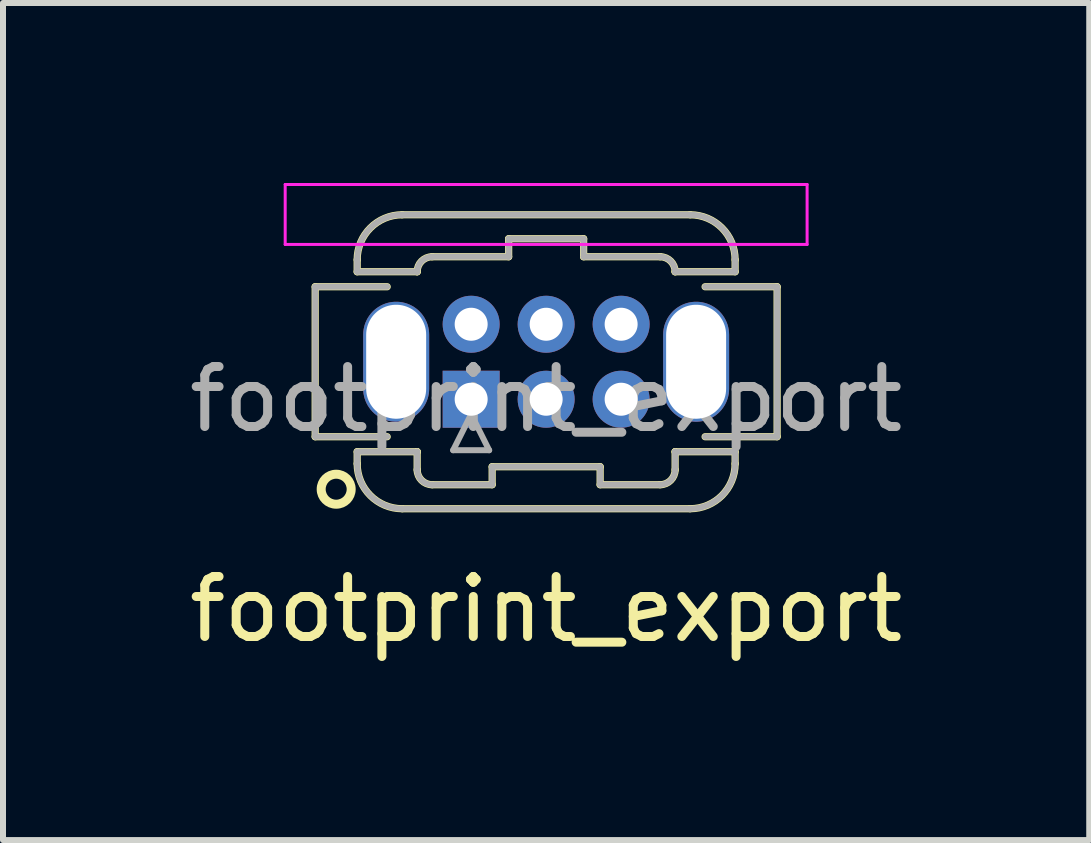
<source format=kicad_pcb>
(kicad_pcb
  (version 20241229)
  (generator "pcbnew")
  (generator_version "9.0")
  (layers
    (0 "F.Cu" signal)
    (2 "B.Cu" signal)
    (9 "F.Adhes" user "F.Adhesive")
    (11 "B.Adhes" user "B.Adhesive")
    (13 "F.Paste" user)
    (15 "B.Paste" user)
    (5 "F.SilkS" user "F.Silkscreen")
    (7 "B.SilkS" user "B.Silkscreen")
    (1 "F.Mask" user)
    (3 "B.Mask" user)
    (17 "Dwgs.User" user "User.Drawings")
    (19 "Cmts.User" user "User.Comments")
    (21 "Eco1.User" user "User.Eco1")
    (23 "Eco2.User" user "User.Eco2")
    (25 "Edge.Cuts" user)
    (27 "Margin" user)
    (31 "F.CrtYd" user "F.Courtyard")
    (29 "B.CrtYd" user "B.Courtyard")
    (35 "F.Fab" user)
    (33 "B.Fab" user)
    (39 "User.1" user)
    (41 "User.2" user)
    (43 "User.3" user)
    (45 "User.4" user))
  (footprint "footprint_export"
    (layer "F.Cu")
    (at 4.804 3.605)
    (property "Reference" "footprint_export" (at 1.25 3.5 0) (layer "F.SilkS") (effects (font (size 1 1) (thickness 0.15))))
    (attr through_hole)
    (fp_line (start -2.6 -1.875) (end -2.6 0.625) (stroke (width 0.12) (type solid)) (layer "F.SilkS"))
    (fp_line (start -2.6 0.625) (end -1.4 0.625) (stroke (width 0.12) (type solid)) (layer "F.SilkS"))
    (fp_line (start -1.9 -2.325) (end -1.9 -2.125) (stroke (width 0.12) (type solid)) (layer "F.SilkS"))
    (fp_line (start -1.9 -2.125) (end -0.9 -2.125) (stroke (width 0.12) (type solid)) (layer "F.SilkS"))
    (fp_line (start -1.9 0.875) (end -0.9 0.875) (stroke (width 0.12) (type solid)) (layer "F.SilkS"))
    (fp_line (start -1.9 1.075) (end -1.9 0.875) (stroke (width 0.12) (type solid)) (layer "F.SilkS"))
    (fp_line (start -1.4 -1.875) (end -2.6 -1.875) (stroke (width 0.12) (type solid)) (layer "F.SilkS"))
    (fp_line (start -1.15 -3.075) (end 3.65 -3.075) (stroke (width 0.12) (type solid)) (layer "F.SilkS"))
    (fp_line (start -1.15 1.825) (end 3.65 1.825) (stroke (width 0.12) (type solid)) (layer "F.SilkS"))
    (fp_line (start -0.9 -2.125) (end -0.9 -2.125) (stroke (width 0.12) (type solid)) (layer "F.SilkS"))
    (fp_line (start -0.9 0.875) (end -0.9 0.875) (stroke (width 0.12) (type solid)) (layer "F.SilkS"))
    (fp_line (start -0.9 1.175) (end -0.9 0.875) (stroke (width 0.12) (type solid)) (layer "F.SilkS"))
    (fp_line (start -0.65 -2.375) (end 0.625 -2.375) (stroke (width 0.12) (type solid)) (layer "F.SilkS"))
    (fp_line (start -0.65 1.425) (end 0.35 1.425) (stroke (width 0.12) (type solid)) (layer "F.SilkS"))
    (fp_line (start 0.35 1.125) (end 2.15 1.125) (stroke (width 0.12) (type solid)) (layer "F.SilkS"))
    (fp_line (start 0.35 1.425) (end 0.35 1.125) (stroke (width 0.12) (type solid)) (layer "F.SilkS"))
    (fp_line (start 0.625 -2.675) (end 1.875 -2.675) (stroke (width 0.12) (type solid)) (layer "F.SilkS"))
    (fp_line (start 0.625 -2.375) (end 0.625 -2.675) (stroke (width 0.12) (type solid)) (layer "F.SilkS"))
    (fp_line (start 1.875 -2.675) (end 1.875 -2.375) (stroke (width 0.12) (type solid)) (layer "F.SilkS"))
    (fp_line (start 1.875 -2.375) (end 3.15 -2.375) (stroke (width 0.12) (type solid)) (layer "F.SilkS"))
    (fp_line (start 2.15 1.125) (end 2.15 1.425) (stroke (width 0.12) (type solid)) (layer "F.SilkS"))
    (fp_line (start 2.15 1.425) (end 3.15 1.425) (stroke (width 0.12) (type solid)) (layer "F.SilkS"))
    (fp_line (start 3.4 -2.125) (end 3.4 -2.125) (stroke (width 0.12) (type solid)) (layer "F.SilkS"))
    (fp_line (start 3.4 0.875) (end 3.4 0.875) (stroke (width 0.12) (type solid)) (layer "F.SilkS"))
    (fp_line (start 3.4 1.175) (end 3.4 0.875) (stroke (width 0.12) (type solid)) (layer "F.SilkS"))
    (fp_line (start 3.9 -1.875) (end 5.1 -1.875) (stroke (width 0.12) (type solid)) (layer "F.SilkS"))
    (fp_line (start 4.4 -2.325) (end 4.4 -2.125) (stroke (width 0.12) (type solid)) (layer "F.SilkS"))
    (fp_line (start 4.4 -2.125) (end 3.4 -2.125) (stroke (width 0.12) (type solid)) (layer "F.SilkS"))
    (fp_line (start 4.4 0.875) (end 3.4 0.875) (stroke (width 0.12) (type solid)) (layer "F.SilkS"))
    (fp_line (start 4.4 1.075) (end 4.4 0.875) (stroke (width 0.12) (type solid)) (layer "F.SilkS"))
    (fp_line (start 5.1 -1.875) (end 5.1 0.625) (stroke (width 0.12) (type solid)) (layer "F.SilkS"))
    (fp_line (start 5.1 0.625) (end 3.9 0.625) (stroke (width 0.12) (type solid)) (layer "F.SilkS"))
    (fp_arc (start -1.9 -2.325) (mid -1.68033 -2.85533) (end -1.15 -3.075) (stroke (width 0.12) (type solid)) (layer "F.SilkS"))
    (fp_arc (start -1.15 1.825) (mid -1.68033 1.60533) (end -1.9 1.075) (stroke (width 0.12) (type solid)) (layer "F.SilkS"))
    (fp_arc (start -0.9 -2.125) (mid -0.826777 -2.301777) (end -0.65 -2.375) (stroke (width 0.12) (type solid)) (layer "F.SilkS"))
    (fp_arc (start -0.65 1.425) (mid -0.826777 1.351777) (end -0.9 1.175) (stroke (width 0.12) (type solid)) (layer "F.SilkS"))
    (fp_arc (start 3.15 -2.375) (mid 3.326777 -2.301777) (end 3.4 -2.125) (stroke (width 0.12) (type solid)) (layer "F.SilkS"))
    (fp_arc (start 3.4 1.175) (mid 3.326777 1.351777) (end 3.15 1.425) (stroke (width 0.12) (type solid)) (layer "F.SilkS"))
    (fp_arc (start 3.65 -3.075) (mid 4.18033 -2.85533) (end 4.4 -2.325) (stroke (width 0.12) (type solid)) (layer "F.SilkS"))
    (fp_arc (start 4.4 1.075) (mid 4.18033 1.60533) (end 3.65 1.825) (stroke (width 0.12) (type solid)) (layer "F.SilkS"))
    (fp_circle (center -2.25 1.5) (end -2 1.5) (stroke (width 0.15) (type solid)) (fill no) (layer "F.SilkS"))
    (fp_line (start -3.1 -3.58) (end -3.1 -2.58) (stroke (width 0.05) (type solid)) (layer "F.CrtYd"))
    (fp_line (start -3.1 -2.58) (end 5.6 -2.58) (stroke (width 0.05) (type solid)) (layer "F.CrtYd"))
    (fp_line (start 5.6 -3.58) (end -3.1 -3.58) (stroke (width 0.05) (type solid)) (layer "F.CrtYd"))
    (fp_line (start 5.6 -2.58) (end 5.6 -3.58) (stroke (width 0.05) (type solid)) (layer "F.CrtYd"))
    (fp_line (start -2.6 -1.875) (end -2.6 0.625) (stroke (width 0.1) (type solid)) (layer "F.Fab"))
    (fp_line (start -2.6 0.625) (end -1.4 0.625) (stroke (width 0.1) (type solid)) (layer "F.Fab"))
    (fp_line (start -1.9 -2.325) (end -1.9 -2.125) (stroke (width 0.1) (type solid)) (layer "F.Fab"))
    (fp_line (start -1.9 -2.125) (end -0.9 -2.125) (stroke (width 0.1) (type solid)) (layer "F.Fab"))
    (fp_line (start -1.9 0.875) (end -0.9 0.875) (stroke (width 0.1) (type solid)) (layer "F.Fab"))
    (fp_line (start -1.9 1.075) (end -1.9 0.875) (stroke (width 0.1) (type solid)) (layer "F.Fab"))
    (fp_line (start -1.4 -1.875) (end -2.6 -1.875) (stroke (width 0.1) (type solid)) (layer "F.Fab"))
    (fp_line (start -1.15 -3.075) (end 3.65 -3.075) (stroke (width 0.1) (type solid)) (layer "F.Fab"))
    (fp_line (start -1.15 1.825) (end 3.65 1.825) (stroke (width 0.1) (type solid)) (layer "F.Fab"))
    (fp_line (start -0.9 -2.125) (end -0.9 -2.125) (stroke (width 0.1) (type solid)) (layer "F.Fab"))
    (fp_line (start -0.9 0.875) (end -0.9 0.875) (stroke (width 0.1) (type solid)) (layer "F.Fab"))
    (fp_line (start -0.9 1.175) (end -0.9 0.875) (stroke (width 0.1) (type solid)) (layer "F.Fab"))
    (fp_line (start -0.65 -2.375) (end 0.625 -2.375) (stroke (width 0.1) (type solid)) (layer "F.Fab"))
    (fp_line (start -0.65 1.425) (end 0.35 1.425) (stroke (width 0.1) (type solid)) (layer "F.Fab"))
    (fp_line (start -0.3 0.85) (end 0.3 0.85) (stroke (width 0.1) (type solid)) (layer "F.Fab"))
    (fp_line (start 0 0.25) (end -0.3 0.85) (stroke (width 0.1) (type solid)) (layer "F.Fab"))
    (fp_line (start 0.3 0.85) (end 0 0.25) (stroke (width 0.1) (type solid)) (layer "F.Fab"))
    (fp_line (start 0.35 1.125) (end 2.15 1.125) (stroke (width 0.1) (type solid)) (layer "F.Fab"))
    (fp_line (start 0.35 1.425) (end 0.35 1.125) (stroke (width 0.1) (type solid)) (layer "F.Fab"))
    (fp_line (start 0.625 -2.675) (end 1.875 -2.675) (stroke (width 0.1) (type solid)) (layer "F.Fab"))
    (fp_line (start 0.625 -2.375) (end 0.625 -2.675) (stroke (width 0.1) (type solid)) (layer "F.Fab"))
    (fp_line (start 1.875 -2.675) (end 1.875 -2.375) (stroke (width 0.1) (type solid)) (layer "F.Fab"))
    (fp_line (start 1.875 -2.375) (end 3.15 -2.375) (stroke (width 0.1) (type solid)) (layer "F.Fab"))
    (fp_line (start 2.15 1.125) (end 2.15 1.425) (stroke (width 0.1) (type solid)) (layer "F.Fab"))
    (fp_line (start 2.15 1.425) (end 3.15 1.425) (stroke (width 0.1) (type solid)) (layer "F.Fab"))
    (fp_line (start 3.4 -2.125) (end 3.4 -2.125) (stroke (width 0.1) (type solid)) (layer "F.Fab"))
    (fp_line (start 3.4 0.875) (end 3.4 0.875) (stroke (width 0.1) (type solid)) (layer "F.Fab"))
    (fp_line (start 3.4 1.175) (end 3.4 0.875) (stroke (width 0.1) (type solid)) (layer "F.Fab"))
    (fp_line (start 3.9 -1.875) (end 5.1 -1.875) (stroke (width 0.1) (type solid)) (layer "F.Fab"))
    (fp_line (start 4.4 -2.325) (end 4.4 -2.125) (stroke (width 0.1) (type solid)) (layer "F.Fab"))
    (fp_line (start 4.4 -2.125) (end 3.4 -2.125) (stroke (width 0.1) (type solid)) (layer "F.Fab"))
    (fp_line (start 4.4 0.875) (end 3.4 0.875) (stroke (width 0.1) (type solid)) (layer "F.Fab"))
    (fp_line (start 4.4 1.075) (end 4.4 0.875) (stroke (width 0.1) (type solid)) (layer "F.Fab"))
    (fp_line (start 5.1 -1.875) (end 5.1 0.625) (stroke (width 0.1) (type solid)) (layer "F.Fab"))
    (fp_line (start 5.1 0.625) (end 3.9 0.625) (stroke (width 0.1) (type solid)) (layer "F.Fab"))
    (fp_arc (start -1.9 -2.325) (mid -1.68033 -2.85533) (end -1.15 -3.075) (stroke (width 0.1) (type solid)) (layer "F.Fab"))
    (fp_arc (start -1.15 1.825) (mid -1.68033 1.60533) (end -1.9 1.075) (stroke (width 0.1) (type solid)) (layer "F.Fab"))
    (fp_arc (start -0.9 -2.125) (mid -0.826777 -2.301777) (end -0.65 -2.375) (stroke (width 0.1) (type solid)) (layer "F.Fab"))
    (fp_arc (start -0.65 1.425) (mid -0.826777 1.351777) (end -0.9 1.175) (stroke (width 0.1) (type solid)) (layer "F.Fab"))
    (fp_arc (start 3.15 -2.375) (mid 3.326777 -2.301777) (end 3.4 -2.125) (stroke (width 0.1) (type solid)) (layer "F.Fab"))
    (fp_arc (start 3.4 1.175) (mid 3.326777 1.351777) (end 3.15 1.425) (stroke (width 0.1) (type solid)) (layer "F.Fab"))
    (fp_arc (start 3.65 -3.075) (mid 4.18033 -2.85533) (end 4.4 -2.325) (stroke (width 0.1) (type solid)) (layer "F.Fab"))
    (fp_arc (start 4.4 1.075) (mid 4.18033 1.60533) (end 3.65 1.825) (stroke (width 0.1) (type solid)) (layer "F.Fab"))
    (fp_text user "${REFERENCE}" (at 1.25 0 0) (layer "F.Fab") (effects (font (size 1 1) (thickness 0.15))))
    (pad "" np_thru_hole oval (at -1.25 -0.625) (size 1.1 2) (drill oval 1 1.9) (layers "*.Cu" "*.Mask"))
    (pad "" np_thru_hole oval (at 3.75 -0.625) (size 1.1 2) (drill oval 1 1.9) (layers "*.Cu" "*.Mask"))
    (pad "1" thru_hole rect (at 0 0) (size 0.95 0.95) (drill 0.55) (layers "*.Cu" "*.Mask"))
    (pad "2" thru_hole circle (at 0 -1.25) (size 0.95 0.95) (drill 0.55) (layers "*.Cu" "*.Mask"))
    (pad "3" thru_hole circle (at 1.25 0) (size 0.95 0.95) (drill 0.55) (layers "*.Cu" "*.Mask"))
    (pad "4" thru_hole circle (at 1.25 -1.25) (size 0.95 0.95) (drill 0.55) (layers "*.Cu" "*.Mask"))
    (pad "5" thru_hole circle (at 2.5 0) (size 0.95 0.95) (drill 0.55) (layers "*.Cu" "*.Mask"))
    (pad "6" thru_hole circle (at 2.5 -1.25) (size 0.95 0.95) (drill 0.55) (layers "*.Cu" "*.Mask")))
  (gr_rect
    (start -3 -3)
    (end 15.107 10.953)
    (stroke (width 0.1) (type default))
    (fill no)
    (layer "Edge.Cuts")))
</source>
